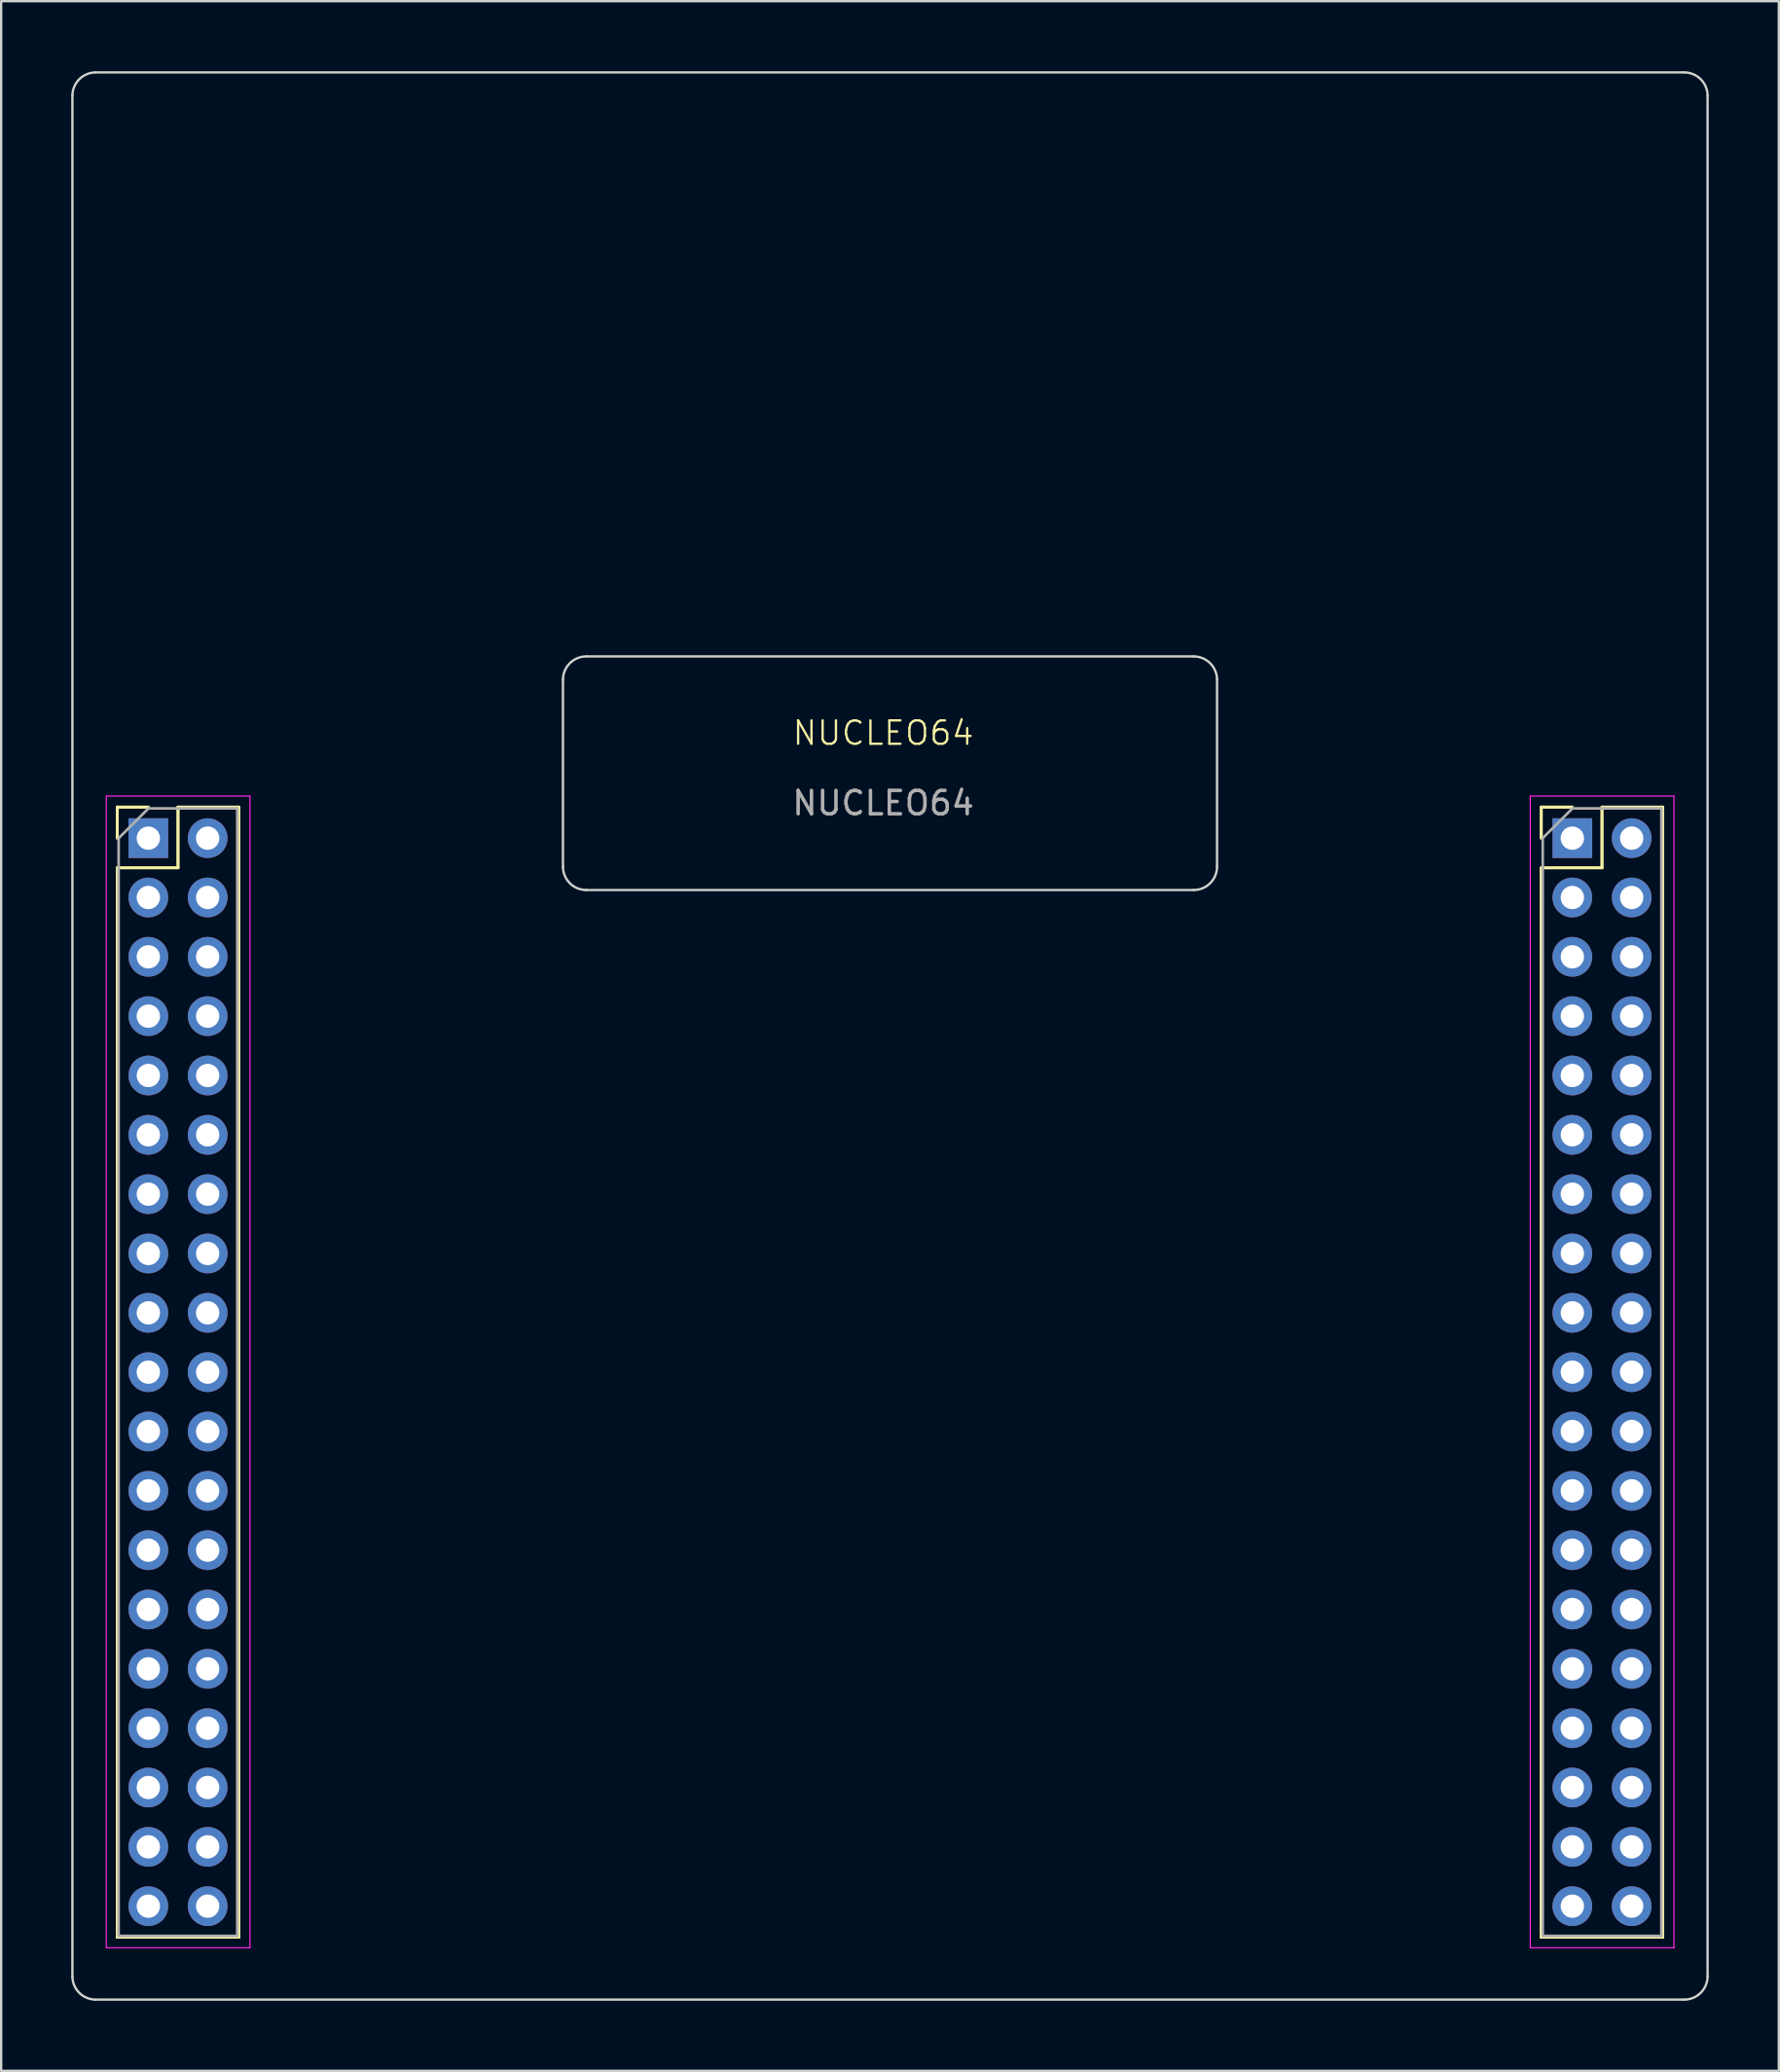
<source format=kicad_pcb>
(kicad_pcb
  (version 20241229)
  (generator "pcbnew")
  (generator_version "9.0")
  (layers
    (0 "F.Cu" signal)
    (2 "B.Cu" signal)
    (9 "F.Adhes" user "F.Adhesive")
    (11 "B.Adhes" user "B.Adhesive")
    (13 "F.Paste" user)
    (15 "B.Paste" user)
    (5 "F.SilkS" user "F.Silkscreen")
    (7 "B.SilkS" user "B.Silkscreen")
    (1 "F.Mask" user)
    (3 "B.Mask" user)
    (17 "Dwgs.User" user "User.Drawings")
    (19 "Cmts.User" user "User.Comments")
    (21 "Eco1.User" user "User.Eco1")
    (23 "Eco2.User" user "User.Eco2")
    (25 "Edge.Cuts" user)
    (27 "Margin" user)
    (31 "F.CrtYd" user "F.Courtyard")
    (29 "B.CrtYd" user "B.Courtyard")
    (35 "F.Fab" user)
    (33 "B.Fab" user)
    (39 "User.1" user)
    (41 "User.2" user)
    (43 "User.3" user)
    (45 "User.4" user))
  (footprint "NUCLEO64"
    (layer "F.Cu")
    (at 35.05 35.05)
    (property "Reference" "NUCLEO64" (at -0.29 -6.72 0) (unlocked yes) (layer "F.SilkS") (effects (font (size 1 1) (thickness 0.1))))
    (attr through_hole)
    (fp_line (start -33.08 -3.55) (end -31.75 -3.55) (stroke (width 0.12) (type solid)) (layer "F.SilkS"))
    (fp_line (start -33.08 -3.55) (end -31.75 -3.55) (stroke (width 0.12) (type solid)) (layer "F.SilkS"))
    (fp_line (start -33.08 -2.22) (end -33.08 -3.55) (stroke (width 0.12) (type solid)) (layer "F.SilkS"))
    (fp_line (start -33.08 -2.22) (end -33.08 -3.55) (stroke (width 0.12) (type solid)) (layer "F.SilkS"))
    (fp_line (start -33.08 -0.95) (end -33.08 44.83) (stroke (width 0.12) (type solid)) (layer "F.SilkS"))
    (fp_line (start -33.08 -0.95) (end -33.08 44.83) (stroke (width 0.12) (type solid)) (layer "F.SilkS"))
    (fp_line (start -33.08 -0.95) (end -30.48 -0.95) (stroke (width 0.12) (type solid)) (layer "F.SilkS"))
    (fp_line (start -33.08 -0.95) (end -30.48 -0.95) (stroke (width 0.12) (type solid)) (layer "F.SilkS"))
    (fp_line (start -33.08 44.83) (end -27.88 44.83) (stroke (width 0.12) (type solid)) (layer "F.SilkS"))
    (fp_line (start -33.08 44.83) (end -27.88 44.83) (stroke (width 0.12) (type solid)) (layer "F.SilkS"))
    (fp_line (start -30.48 -3.55) (end -27.88 -3.55) (stroke (width 0.12) (type solid)) (layer "F.SilkS"))
    (fp_line (start -30.48 -3.55) (end -27.88 -3.55) (stroke (width 0.12) (type solid)) (layer "F.SilkS"))
    (fp_line (start -30.48 -0.95) (end -30.48 -3.55) (stroke (width 0.12) (type solid)) (layer "F.SilkS"))
    (fp_line (start -30.48 -0.95) (end -30.48 -3.55) (stroke (width 0.12) (type solid)) (layer "F.SilkS"))
    (fp_line (start -27.88 -3.55) (end -27.88 44.83) (stroke (width 0.12) (type solid)) (layer "F.SilkS"))
    (fp_line (start -27.88 -3.55) (end -27.88 44.83) (stroke (width 0.12) (type solid)) (layer "F.SilkS"))
    (fp_line (start 27.88 -3.55) (end 29.21 -3.55) (stroke (width 0.12) (type solid)) (layer "F.SilkS"))
    (fp_line (start 27.88 -3.55) (end 29.21 -3.55) (stroke (width 0.12) (type solid)) (layer "F.SilkS"))
    (fp_line (start 27.88 -2.22) (end 27.88 -3.55) (stroke (width 0.12) (type solid)) (layer "F.SilkS"))
    (fp_line (start 27.88 -2.22) (end 27.88 -3.55) (stroke (width 0.12) (type solid)) (layer "F.SilkS"))
    (fp_line (start 27.88 -0.95) (end 27.88 44.83) (stroke (width 0.12) (type solid)) (layer "F.SilkS"))
    (fp_line (start 27.88 -0.95) (end 27.88 44.83) (stroke (width 0.12) (type solid)) (layer "F.SilkS"))
    (fp_line (start 27.88 -0.95) (end 30.48 -0.95) (stroke (width 0.12) (type solid)) (layer "F.SilkS"))
    (fp_line (start 27.88 -0.95) (end 30.48 -0.95) (stroke (width 0.12) (type solid)) (layer "F.SilkS"))
    (fp_line (start 27.88 44.83) (end 33.08 44.83) (stroke (width 0.12) (type solid)) (layer "F.SilkS"))
    (fp_line (start 27.88 44.83) (end 33.08 44.83) (stroke (width 0.12) (type solid)) (layer "F.SilkS"))
    (fp_line (start 30.48 -3.55) (end 33.08 -3.55) (stroke (width 0.12) (type solid)) (layer "F.SilkS"))
    (fp_line (start 30.48 -3.55) (end 33.08 -3.55) (stroke (width 0.12) (type solid)) (layer "F.SilkS"))
    (fp_line (start 30.48 -0.95) (end 30.48 -3.55) (stroke (width 0.12) (type solid)) (layer "F.SilkS"))
    (fp_line (start 30.48 -0.95) (end 30.48 -3.55) (stroke (width 0.12) (type solid)) (layer "F.SilkS"))
    (fp_line (start 33.08 -3.55) (end 33.08 44.83) (stroke (width 0.12) (type solid)) (layer "F.SilkS"))
    (fp_line (start 33.08 -3.55) (end 33.08 44.83) (stroke (width 0.12) (type solid)) (layer "F.SilkS"))
    (fp_line (start -35 46.5) (end -35 -34) (stroke (width 0.1) (type default)) (layer "Edge.Cuts"))
    (fp_line (start -34 -35) (end 34 -35) (stroke (width 0.1) (type default)) (layer "Edge.Cuts"))
    (fp_line (start -34 47.5) (end 34 47.5) (stroke (width 0.1) (type default)) (layer "Edge.Cuts"))
    (fp_line (start -14 -9) (end -14 -1) (stroke (width 0.1) (type default)) (layer "Edge.Cuts"))
    (fp_line (start -13 -10) (end 13 -10) (stroke (width 0.1) (type default)) (layer "Edge.Cuts"))
    (fp_line (start -13 0) (end 13 0) (stroke (width 0.1) (type default)) (layer "Edge.Cuts"))
    (fp_line (start 14 -9) (end 14 -1) (stroke (width 0.1) (type default)) (layer "Edge.Cuts"))
    (fp_line (start 35 46.5) (end 35 -34) (stroke (width 0.1) (type default)) (layer "Edge.Cuts"))
    (fp_arc (start -35 -34) (mid -34.707107 -34.707107) (end -34 -35) (stroke (width 0.1) (type default)) (layer "Edge.Cuts"))
    (fp_arc (start -34 47.5) (mid -34.707107 47.207107) (end -35 46.5) (stroke (width 0.1) (type default)) (layer "Edge.Cuts"))
    (fp_arc (start -14 -9) (mid -13.707107 -9.707107) (end -13 -10) (stroke (width 0.1) (type default)) (layer "Edge.Cuts"))
    (fp_arc (start -13 0) (mid -13.707107 -0.292893) (end -14 -1) (stroke (width 0.1) (type default)) (layer "Edge.Cuts"))
    (fp_arc (start 13 -10) (mid 13.707107 -9.707107) (end 14 -9) (stroke (width 0.1) (type default)) (layer "Edge.Cuts"))
    (fp_arc (start 14 -1) (mid 13.707107 -0.292893) (end 13 0) (stroke (width 0.1) (type default)) (layer "Edge.Cuts"))
    (fp_arc (start 34 -35) (mid 34.707107 -34.707107) (end 35 -34) (stroke (width 0.1) (type default)) (layer "Edge.Cuts"))
    (fp_arc (start 35 46.5) (mid 34.707107 47.207107) (end 34 47.5) (stroke (width 0.1) (type default)) (layer "Edge.Cuts"))
    (fp_line (start -33.55 -4.02) (end -33.55 45.28) (stroke (width 0.05) (type solid)) (layer "F.CrtYd"))
    (fp_line (start -33.55 45.28) (end -27.4 45.28) (stroke (width 0.05) (type solid)) (layer "F.CrtYd"))
    (fp_line (start -27.4 -4.02) (end -33.55 -4.02) (stroke (width 0.05) (type solid)) (layer "F.CrtYd"))
    (fp_line (start -27.4 45.28) (end -27.4 -4.02) (stroke (width 0.05) (type solid)) (layer "F.CrtYd"))
    (fp_line (start 27.41 -4.02) (end 27.41 45.28) (stroke (width 0.05) (type solid)) (layer "F.CrtYd"))
    (fp_line (start 27.41 45.28) (end 33.56 45.28) (stroke (width 0.05) (type solid)) (layer "F.CrtYd"))
    (fp_line (start 33.56 -4.02) (end 27.41 -4.02) (stroke (width 0.05) (type solid)) (layer "F.CrtYd"))
    (fp_line (start 33.56 45.28) (end 33.56 -4.02) (stroke (width 0.05) (type solid)) (layer "F.CrtYd"))
    (fp_line (start -33.02 -2.22) (end -31.75 -3.49) (stroke (width 0.1) (type solid)) (layer "F.Fab"))
    (fp_line (start -33.02 -2.22) (end -31.75 -3.49) (stroke (width 0.1) (type solid)) (layer "F.Fab"))
    (fp_line (start -33.02 44.77) (end -33.02 -2.22) (stroke (width 0.1) (type solid)) (layer "F.Fab"))
    (fp_line (start -33.02 44.77) (end -33.02 -2.22) (stroke (width 0.1) (type solid)) (layer "F.Fab"))
    (fp_line (start -31.75 -3.49) (end -27.94 -3.49) (stroke (width 0.1) (type solid)) (layer "F.Fab"))
    (fp_line (start -31.75 -3.49) (end -27.94 -3.49) (stroke (width 0.1) (type solid)) (layer "F.Fab"))
    (fp_line (start -27.94 -3.49) (end -27.94 44.77) (stroke (width 0.1) (type solid)) (layer "F.Fab"))
    (fp_line (start -27.94 -3.49) (end -27.94 44.77) (stroke (width 0.1) (type solid)) (layer "F.Fab"))
    (fp_line (start -27.94 44.77) (end -33.02 44.77) (stroke (width 0.1) (type solid)) (layer "F.Fab"))
    (fp_line (start -27.94 44.77) (end -33.02 44.77) (stroke (width 0.1) (type solid)) (layer "F.Fab"))
    (fp_line (start 27.94 -2.22) (end 29.21 -3.49) (stroke (width 0.1) (type solid)) (layer "F.Fab"))
    (fp_line (start 27.94 -2.22) (end 29.21 -3.49) (stroke (width 0.1) (type solid)) (layer "F.Fab"))
    (fp_line (start 27.94 44.77) (end 27.94 -2.22) (stroke (width 0.1) (type solid)) (layer "F.Fab"))
    (fp_line (start 27.94 44.77) (end 27.94 -2.22) (stroke (width 0.1) (type solid)) (layer "F.Fab"))
    (fp_line (start 29.21 -3.49) (end 33.02 -3.49) (stroke (width 0.1) (type solid)) (layer "F.Fab"))
    (fp_line (start 29.21 -3.49) (end 33.02 -3.49) (stroke (width 0.1) (type solid)) (layer "F.Fab"))
    (fp_line (start 33.02 -3.49) (end 33.02 44.77) (stroke (width 0.1) (type solid)) (layer "F.Fab"))
    (fp_line (start 33.02 -3.49) (end 33.02 44.77) (stroke (width 0.1) (type solid)) (layer "F.Fab"))
    (fp_line (start 33.02 44.77) (end 27.94 44.77) (stroke (width 0.1) (type solid)) (layer "F.Fab"))
    (fp_line (start 33.02 44.77) (end 27.94 44.77) (stroke (width 0.1) (type solid)) (layer "F.Fab"))
    (fp_text user "${REFERENCE}" (at -0.29 -3.72 0) (unlocked yes) (layer "F.Fab") (effects (font (size 1 1) (thickness 0.15))))
    (pad "1" thru_hole rect (at -31.75 -2.22) (size 1.7 1.7) (drill 1) (layers "*.Cu" "*.Mask"))
    (pad "2" thru_hole oval (at -29.21 -2.22) (size 1.7 1.7) (drill 1) (layers "*.Cu" "*.Mask"))
    (pad "3" thru_hole oval (at -31.75 0.32) (size 1.7 1.7) (drill 1) (layers "*.Cu" "*.Mask"))
    (pad "4" thru_hole oval (at -29.21 0.32) (size 1.7 1.7) (drill 1) (layers "*.Cu" "*.Mask"))
    (pad "5" thru_hole oval (at -31.75 2.86) (size 1.7 1.7) (drill 1) (layers "*.Cu" "*.Mask"))
    (pad "6" thru_hole oval (at -29.21 2.86) (size 1.7 1.7) (drill 1) (layers "*.Cu" "*.Mask"))
    (pad "7" thru_hole oval (at -31.75 5.4) (size 1.7 1.7) (drill 1) (layers "*.Cu" "*.Mask"))
    (pad "8" thru_hole oval (at -29.21 5.4) (size 1.7 1.7) (drill 1) (layers "*.Cu" "*.Mask"))
    (pad "9" thru_hole oval (at -31.75 7.94) (size 1.7 1.7) (drill 1) (layers "*.Cu" "*.Mask"))
    (pad "10" thru_hole oval (at -29.21 7.94) (size 1.7 1.7) (drill 1) (layers "*.Cu" "*.Mask"))
    (pad "11" thru_hole oval (at -31.75 10.48) (size 1.7 1.7) (drill 1) (layers "*.Cu" "*.Mask"))
    (pad "12" thru_hole oval (at -29.21 10.48) (size 1.7 1.7) (drill 1) (layers "*.Cu" "*.Mask"))
    (pad "13" thru_hole oval (at -31.75 13.02) (size 1.7 1.7) (drill 1) (layers "*.Cu" "*.Mask"))
    (pad "14" thru_hole oval (at -29.21 13.02) (size 1.7 1.7) (drill 1) (layers "*.Cu" "*.Mask"))
    (pad "15" thru_hole oval (at -31.75 15.56) (size 1.7 1.7) (drill 1) (layers "*.Cu" "*.Mask"))
    (pad "16" thru_hole oval (at -29.21 15.56) (size 1.7 1.7) (drill 1) (layers "*.Cu" "*.Mask"))
    (pad "17" thru_hole oval (at -31.75 18.1) (size 1.7 1.7) (drill 1) (layers "*.Cu" "*.Mask"))
    (pad "18" thru_hole oval (at -29.21 18.1) (size 1.7 1.7) (drill 1) (layers "*.Cu" "*.Mask"))
    (pad "19" thru_hole oval (at -31.75 20.64) (size 1.7 1.7) (drill 1) (layers "*.Cu" "*.Mask"))
    (pad "20" thru_hole oval (at -29.21 20.64) (size 1.7 1.7) (drill 1) (layers "*.Cu" "*.Mask"))
    (pad "21" thru_hole oval (at -31.75 23.18) (size 1.7 1.7) (drill 1) (layers "*.Cu" "*.Mask"))
    (pad "22" thru_hole oval (at -29.21 23.18) (size 1.7 1.7) (drill 1) (layers "*.Cu" "*.Mask"))
    (pad "23" thru_hole oval (at -31.75 25.72) (size 1.7 1.7) (drill 1) (layers "*.Cu" "*.Mask"))
    (pad "24" thru_hole oval (at -29.21 25.72) (size 1.7 1.7) (drill 1) (layers "*.Cu" "*.Mask"))
    (pad "25" thru_hole oval (at -31.75 28.26) (size 1.7 1.7) (drill 1) (layers "*.Cu" "*.Mask"))
    (pad "26" thru_hole oval (at -29.21 28.26) (size 1.7 1.7) (drill 1) (layers "*.Cu" "*.Mask"))
    (pad "27" thru_hole oval (at -31.75 30.8) (size 1.7 1.7) (drill 1) (layers "*.Cu" "*.Mask"))
    (pad "28" thru_hole oval (at -29.21 30.8) (size 1.7 1.7) (drill 1) (layers "*.Cu" "*.Mask"))
    (pad "29" thru_hole oval (at -31.75 33.34) (size 1.7 1.7) (drill 1) (layers "*.Cu" "*.Mask"))
    (pad "30" thru_hole oval (at -29.21 33.34) (size 1.7 1.7) (drill 1) (layers "*.Cu" "*.Mask"))
    (pad "31" thru_hole oval (at -31.75 35.88) (size 1.7 1.7) (drill 1) (layers "*.Cu" "*.Mask"))
    (pad "32" thru_hole oval (at -29.21 35.88) (size 1.7 1.7) (drill 1) (layers "*.Cu" "*.Mask"))
    (pad "33" thru_hole oval (at -31.75 38.42) (size 1.7 1.7) (drill 1) (layers "*.Cu" "*.Mask"))
    (pad "34" thru_hole oval (at -29.21 38.42) (size 1.7 1.7) (drill 1) (layers "*.Cu" "*.Mask"))
    (pad "35" thru_hole oval (at -31.75 40.96) (size 1.7 1.7) (drill 1) (layers "*.Cu" "*.Mask"))
    (pad "36" thru_hole oval (at -29.21 40.96) (size 1.7 1.7) (drill 1) (layers "*.Cu" "*.Mask"))
    (pad "37" thru_hole oval (at -31.75 43.5) (size 1.7 1.7) (drill 1) (layers "*.Cu" "*.Mask"))
    (pad "38" thru_hole oval (at -29.21 43.5) (size 1.7 1.7) (drill 1) (layers "*.Cu" "*.Mask"))
    (pad "39" thru_hole rect (at 29.21 -2.22) (size 1.7 1.7) (drill 1) (layers "*.Cu" "*.Mask"))
    (pad "40" thru_hole oval (at 31.75 -2.22) (size 1.7 1.7) (drill 1) (layers "*.Cu" "*.Mask"))
    (pad "41" thru_hole oval (at 29.21 0.32) (size 1.7 1.7) (drill 1) (layers "*.Cu" "*.Mask"))
    (pad "42" thru_hole oval (at 31.75 0.32) (size 1.7 1.7) (drill 1) (layers "*.Cu" "*.Mask"))
    (pad "43" thru_hole oval (at 29.21 2.86) (size 1.7 1.7) (drill 1) (layers "*.Cu" "*.Mask"))
    (pad "44" thru_hole oval (at 31.75 2.86) (size 1.7 1.7) (drill 1) (layers "*.Cu" "*.Mask"))
    (pad "45" thru_hole oval (at 29.21 5.4) (size 1.7 1.7) (drill 1) (layers "*.Cu" "*.Mask"))
    (pad "46" thru_hole oval (at 31.75 5.4) (size 1.7 1.7) (drill 1) (layers "*.Cu" "*.Mask"))
    (pad "47" thru_hole oval (at 29.21 7.94) (size 1.7 1.7) (drill 1) (layers "*.Cu" "*.Mask"))
    (pad "48" thru_hole oval (at 31.75 7.94) (size 1.7 1.7) (drill 1) (layers "*.Cu" "*.Mask"))
    (pad "49" thru_hole oval (at 29.21 10.48) (size 1.7 1.7) (drill 1) (layers "*.Cu" "*.Mask"))
    (pad "50" thru_hole oval (at 31.75 10.48) (size 1.7 1.7) (drill 1) (layers "*.Cu" "*.Mask"))
    (pad "51" thru_hole oval (at 29.21 13.02) (size 1.7 1.7) (drill 1) (layers "*.Cu" "*.Mask"))
    (pad "52" thru_hole oval (at 31.75 13.02) (size 1.7 1.7) (drill 1) (layers "*.Cu" "*.Mask"))
    (pad "53" thru_hole oval (at 29.21 15.56) (size 1.7 1.7) (drill 1) (layers "*.Cu" "*.Mask"))
    (pad "54" thru_hole oval (at 31.75 15.56) (size 1.7 1.7) (drill 1) (layers "*.Cu" "*.Mask"))
    (pad "55" thru_hole oval (at 29.21 18.1) (size 1.7 1.7) (drill 1) (layers "*.Cu" "*.Mask"))
    (pad "56" thru_hole oval (at 31.75 18.1) (size 1.7 1.7) (drill 1) (layers "*.Cu" "*.Mask"))
    (pad "57" thru_hole oval (at 29.21 20.64) (size 1.7 1.7) (drill 1) (layers "*.Cu" "*.Mask"))
    (pad "58" thru_hole oval (at 31.75 20.64) (size 1.7 1.7) (drill 1) (layers "*.Cu" "*.Mask"))
    (pad "59" thru_hole oval (at 29.21 23.18) (size 1.7 1.7) (drill 1) (layers "*.Cu" "*.Mask"))
    (pad "60" thru_hole oval (at 31.75 23.18) (size 1.7 1.7) (drill 1) (layers "*.Cu" "*.Mask"))
    (pad "61" thru_hole oval (at 29.21 25.72) (size 1.7 1.7) (drill 1) (layers "*.Cu" "*.Mask"))
    (pad "62" thru_hole oval (at 31.75 25.72) (size 1.7 1.7) (drill 1) (layers "*.Cu" "*.Mask"))
    (pad "63" thru_hole oval (at 29.21 28.26) (size 1.7 1.7) (drill 1) (layers "*.Cu" "*.Mask"))
    (pad "64" thru_hole oval (at 31.75 28.26) (size 1.7 1.7) (drill 1) (layers "*.Cu" "*.Mask"))
    (pad "65" thru_hole oval (at 29.21 30.8) (size 1.7 1.7) (drill 1) (layers "*.Cu" "*.Mask"))
    (pad "66" thru_hole oval (at 31.75 30.8) (size 1.7 1.7) (drill 1) (layers "*.Cu" "*.Mask"))
    (pad "67" thru_hole oval (at 29.21 33.34) (size 1.7 1.7) (drill 1) (layers "*.Cu" "*.Mask"))
    (pad "68" thru_hole oval (at 31.75 33.34) (size 1.7 1.7) (drill 1) (layers "*.Cu" "*.Mask"))
    (pad "69" thru_hole oval (at 29.21 35.88) (size 1.7 1.7) (drill 1) (layers "*.Cu" "*.Mask"))
    (pad "70" thru_hole oval (at 31.75 35.88) (size 1.7 1.7) (drill 1) (layers "*.Cu" "*.Mask"))
    (pad "71" thru_hole oval (at 29.21 38.42) (size 1.7 1.7) (drill 1) (layers "*.Cu" "*.Mask"))
    (pad "72" thru_hole oval (at 31.75 38.42) (size 1.7 1.7) (drill 1) (layers "*.Cu" "*.Mask"))
    (pad "73" thru_hole oval (at 29.21 40.96) (size 1.7 1.7) (drill 1) (layers "*.Cu" "*.Mask"))
    (pad "74" thru_hole oval (at 31.75 40.96) (size 1.7 1.7) (drill 1) (layers "*.Cu" "*.Mask"))
    (pad "75" thru_hole oval (at 29.21 43.5) (size 1.7 1.7) (drill 1) (layers "*.Cu" "*.Mask"))
    (pad "76" thru_hole oval (at 31.75 43.5) (size 1.7 1.7) (drill 1) (layers "*.Cu" "*.Mask")))
  (gr_rect
    (start -3 -3)
    (end 73.1 85.6)
    (stroke (width 0.1) (type default))
    (fill no)
    (layer "Edge.Cuts")))
</source>
